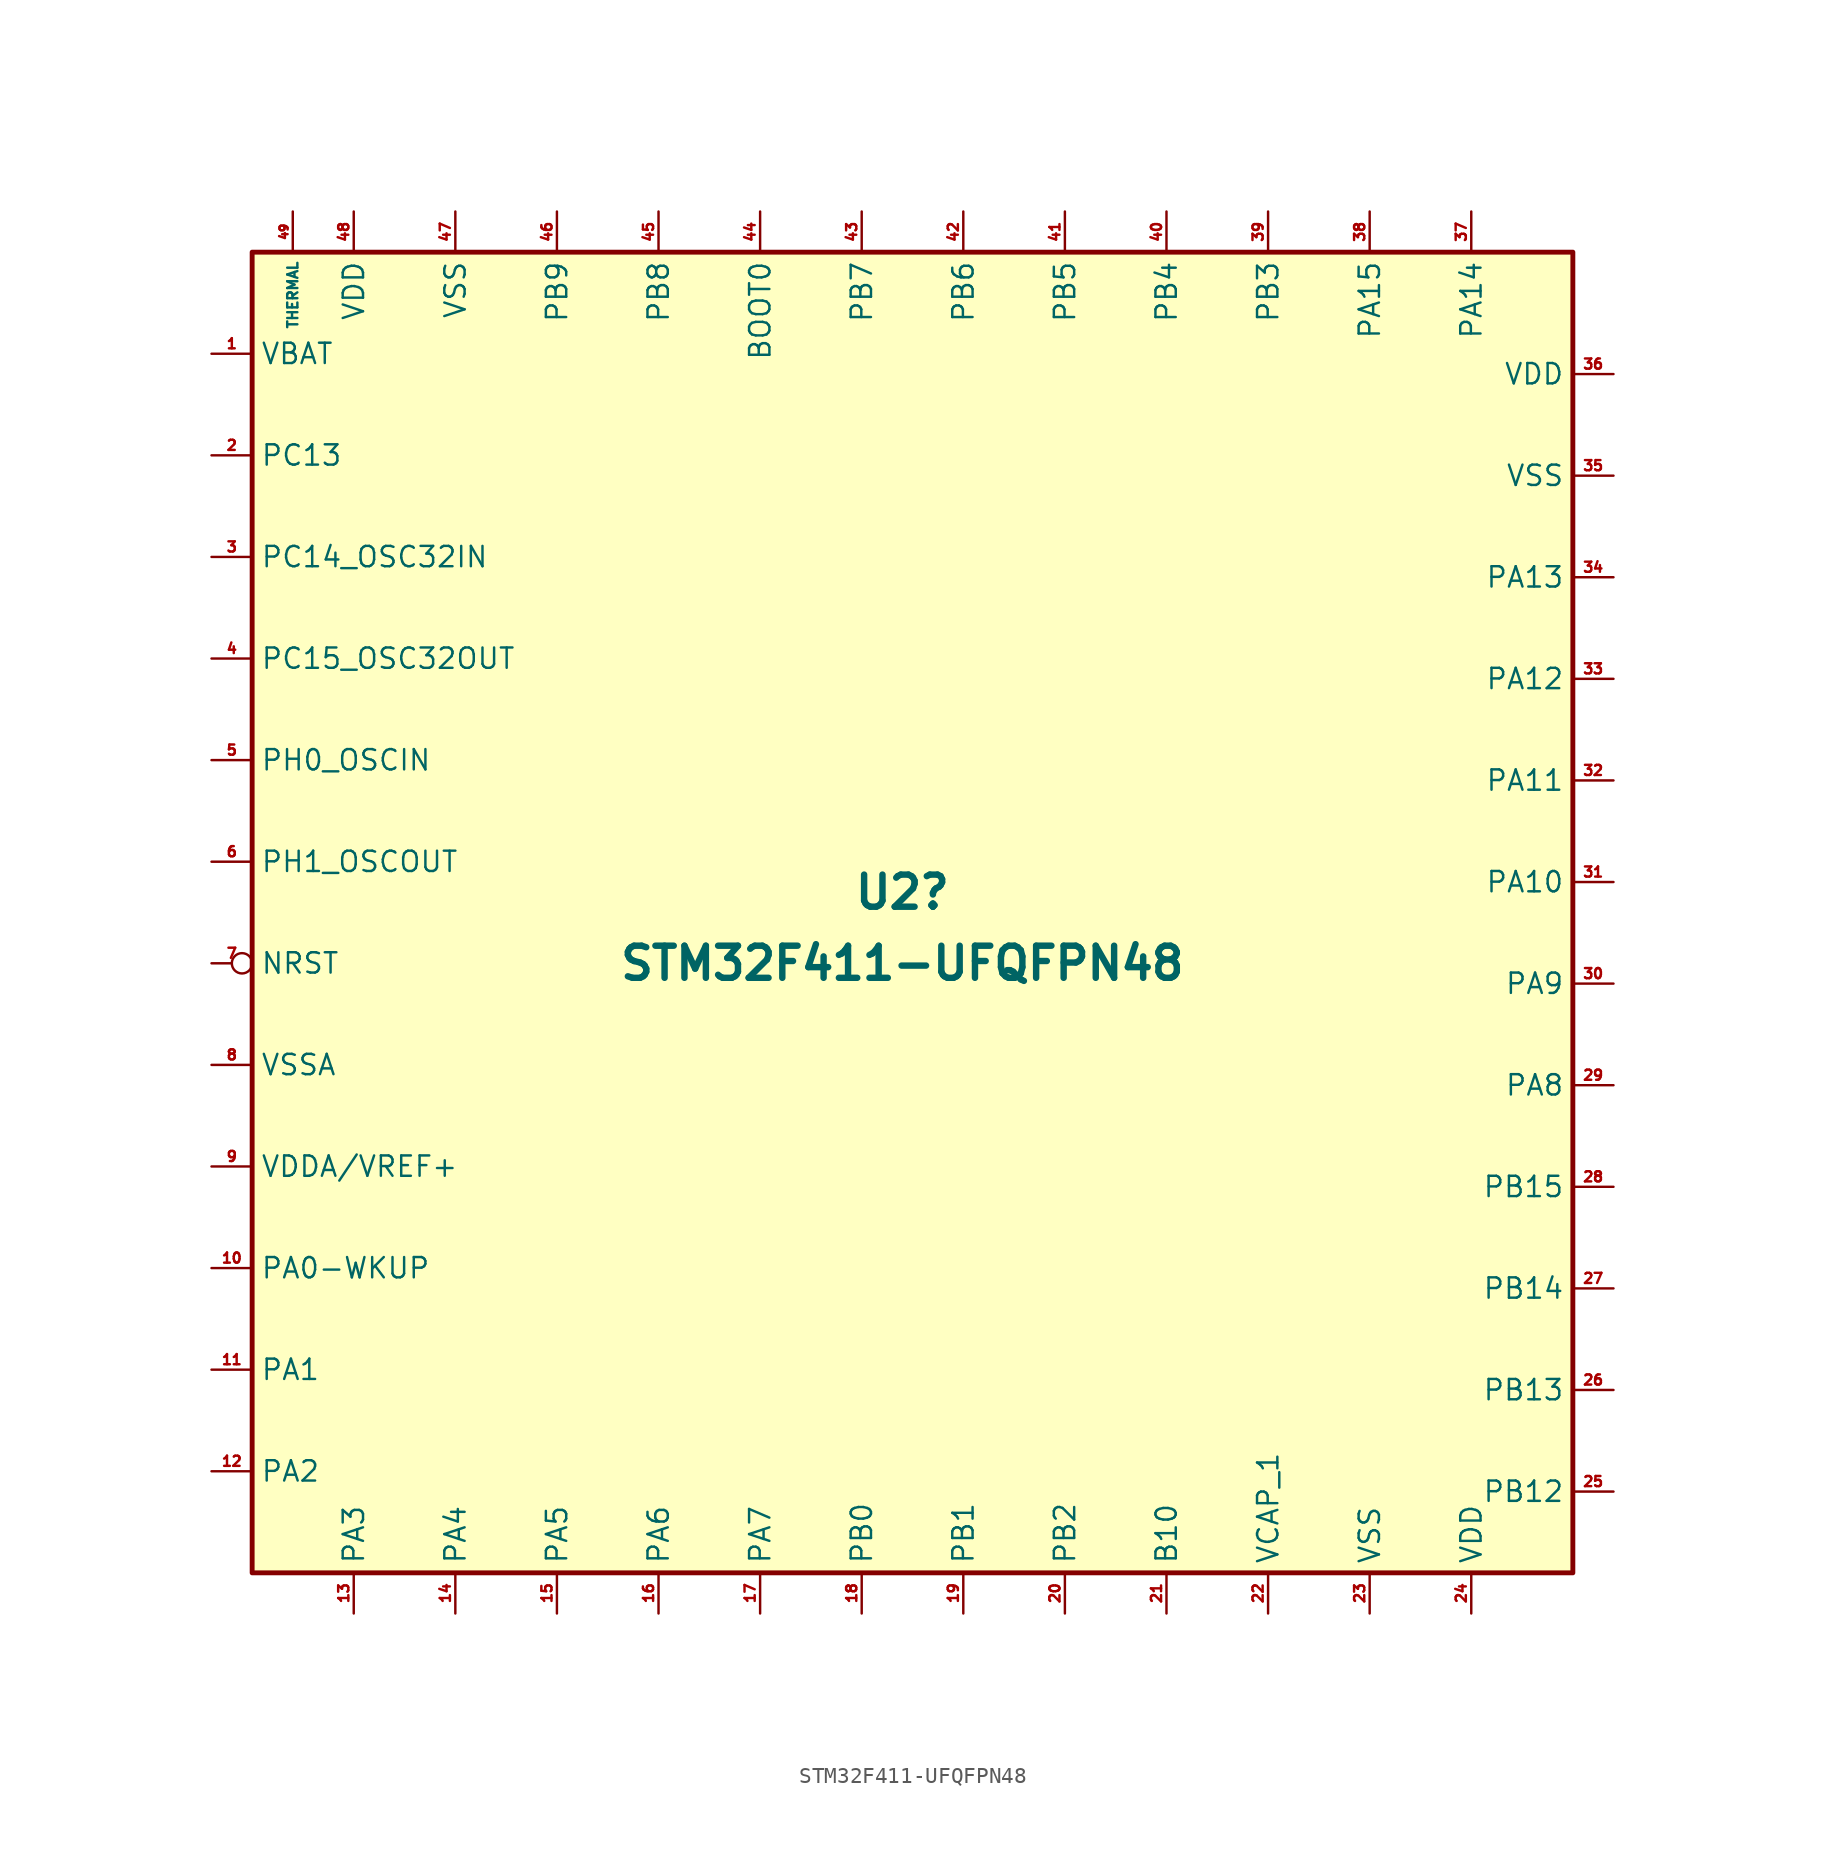
<source format=kicad_sym>
(kicad_symbol_lib
  (version 20211014)
  (generator kicad_symbol_editor)
  (symbol "STM32F411-UFQFPN48"
    (property "Reference" "U2"
      (at 0 1.905 0)
      (effects (font (size 2.007 2.007) bold)))
    (property "Value" "STM32F411-UFQFPN48"
      (at 0 -2.54 0)
      (effects (font (size 2.007 2.007) bold)))
    (symbol "STM32F411-UFQFPN48_0_1"
      (rectangle (start 41.91 41.91) (end -40.64 -40.64) (stroke (width 0.305) (type default) (color 0 0 0 0)) (fill (type background))))
    (symbol "STM32F411-UFQFPN48_1_1"
      (pin power_in line (at -43.18 35.56 0) (length 2.54) (name "VBAT" (effects (font (size 1.27 1.27)))) (number "1" (effects (font (size 0.635 0.635)))))
      (pin bidirectional line (at -43.18 -21.59 0) (length 2.54) (name "PA0-WKUP" (effects (font (size 1.27 1.27)))) (number "10" (effects (font (size 0.635 0.635)))) (alternate "PA0/EVENTOUT" output line) (alternate "PA0/TIM2_CH1" output line) (alternate "PA0/TIM2_ET" output line) (alternate "PA0/TIM5_CH1" output line) (alternate "PA0/USART2_CTS" output line))
      (pin bidirectional line (at -43.18 -27.94 0) (length 2.54) (name "PA1" (effects (font (size 1.27 1.27)))) (number "11" (effects (font (size 0.635 0.635)))) (alternate "PA0/ADC1_1" output line) (alternate "PA0/EVENTOUT" output line) (alternate "PA0/I2S4_SD" output line) (alternate "PA0/SPI4_MOSI" output line) (alternate "PA0/TIM2_CH2" output line) (alternate "PA0/TIM5_CH2" output line) (alternate "PA0/USART2_RTS" output line))
      (pin bidirectional line (at -43.18 -34.29 0) (length 2.54) (name "PA2" (effects (font (size 1.27 1.27)))) (number "12" (effects (font (size 0.635 0.635)))) (alternate "PA2/ADC1_2" output line) (alternate "PA2/EVENTOUT" output line) (alternate "PA2/I2S2_CKIN" input line) (alternate "PA2/TIM2_CH3" output line) (alternate "PA2/TIM5_CH3" output line) (alternate "PA2/TIM9_CH1" output line) (alternate "PA2/USART2_TX" output line))
      (pin bidirectional line (at -34.29 -43.18 90) (length 2.54) (name "PA3" (effects (font (size 1.27 1.27)))) (number "13" (effects (font (size 0.635 0.635)))) (alternate "PA3/ADC1_3" bidirectional line) (alternate "PA3/EVENTOUT" output line) (alternate "PA3/I2S2_MCK" output line) (alternate "PA3/TIM2_CH4" output line) (alternate "PA3/TIM5_CH4" output line) (alternate "PA3/TIM9_CH2" output line) (alternate "PA3/USART2_RX" input line))
      (pin bidirectional line (at -27.94 -43.18 90) (length 2.54) (name "PA4" (effects (font (size 1.27 1.27)))) (number "14" (effects (font (size 0.635 0.635)))) (alternate "PA4/ADC1_4" bidirectional line) (alternate "PA4/EVENTOUT" output line) (alternate "PA4/I2S2_MCK" bidirectional line) (alternate "PA4/TIM2_CH4" bidirectional line) (alternate "PA4/TIM5_CH4" bidirectional line) (alternate "PA4/TIM9_CH2" bidirectional line) (alternate "PA4/USART2_RX" input line))
      (pin bidirectional line (at -21.59 -43.18 90) (length 2.54) (name "PA5" (effects (font (size 1.27 1.27)))) (number "15" (effects (font (size 0.635 0.635)))) (alternate "PA5/ADC1_5" bidirectional line) (alternate "PA5/EVENTOUT" output line) (alternate "PA5/I2S1_WS" bidirectional line) (alternate "PA5/I2S3_WS" bidirectional line) (alternate "PA5/SPI1_NSS" bidirectional line) (alternate "PA5/SPI3_NSS" bidirectional line) (alternate "PA5/USART2_CK" bidirectional line))
      (pin bidirectional line (at -15.24 -43.18 90) (length 2.54) (name "PA6" (effects (font (size 1.27 1.27)))) (number "16" (effects (font (size 0.635 0.635)))) (alternate "PA6/ADC1_6" bidirectional line) (alternate "PA6/EVENTOUT" output line) (alternate "PA6/I2S2_MKC" bidirectional line) (alternate "PA6/SDIO_CMD" bidirectional line) (alternate "PA6/SPI1_MISO" bidirectional line) (alternate "PA6/TIM1_BKIN" input line) (alternate "PA6/TIM3_CH1" bidirectional line))
      (pin bidirectional line (at -8.89 -43.18 90) (length 2.54) (name "PA7" (effects (font (size 1.27 1.27)))) (number "17" (effects (font (size 0.635 0.635)))) (alternate "PA7/ADC1_7" bidirectional line) (alternate "PA7/EVENTOUT" output line) (alternate "PA7/I2S1_SD" bidirectional line) (alternate "PA7/SPI1_MOSI" bidirectional line) (alternate "PA7/TIM1_CH1N" bidirectional line) (alternate "PA7/TIM3_CH2" bidirectional line))
      (pin bidirectional line (at -2.54 -43.18 90) (length 2.54) (name "PB0" (effects (font (size 1.27 1.27)))) (number "18" (effects (font (size 0.635 0.635)))) (alternate "PB0/ADC1_8" bidirectional line) (alternate "PB0/EVENTOUT" output line) (alternate "PB0/I2S5_CK" bidirectional line) (alternate "PB0/SPI5_SCK" bidirectional line) (alternate "PB0/TIM1_CH2N" bidirectional line) (alternate "PB0/TIM3_CH3" bidirectional line))
      (pin bidirectional line (at 3.81 -43.18 90) (length 2.54) (name "PB1" (effects (font (size 1.27 1.27)))) (number "19" (effects (font (size 0.635 0.635)))) (alternate "PB1/ADC1_9" bidirectional line) (alternate "PB1/EVENTOUT" output line) (alternate "PB1/I2S5_WS" bidirectional line) (alternate "PB1/SPI5_NSS" bidirectional line) (alternate "PB1/TIM1_CH3N" bidirectional line) (alternate "PB1/TIM3_CH4" bidirectional line))
      (pin bidirectional line (at -43.18 29.21 0) (length 2.54) (name "PC13" (effects (font (size 1.27 1.27)))) (number "2" (effects (font (size 0.635 0.635)))) (alternate "PC13/ANTI_TAMP" bidirectional line) (alternate "PC13/RTC_AMP1" bidirectional line) (alternate "PC13/RTC_OUT" output line) (alternate "PC13/RTC_TS" bidirectional line))
      (pin bidirectional line (at 10.16 -43.18 90) (length 2.54) (name "PB2" (effects (font (size 1.27 1.27)))) (number "20" (effects (font (size 0.635 0.635)))) (alternate "PB2/BOOT1" input line) (alternate "PB2/EVENTOUT" bidirectional line))
      (pin bidirectional line (at 16.51 -43.18 90) (length 2.54) (name "B10" (effects (font (size 1.27 1.27)))) (number "21" (effects (font (size 0.635 0.635)))) (alternate "PB10/EVENTOUT" output line) (alternate "PB10/I2C2_SCL" bidirectional line) (alternate "PB10/I2S2_CK" bidirectional line) (alternate "PB10/I2S3_MCK" bidirectional line) (alternate "PB10/SDIO_D7" bidirectional line) (alternate "PB10/SPI2_SCK" bidirectional line) (alternate "PB10/TIM2_CH3" bidirectional line))
      (pin output line (at 22.86 -43.18 90) (length 2.54) (name "VCAP_1" (effects (font (size 1.27 1.27)))) (number "22" (effects (font (size 0.635 0.635)))))
      (pin power_out line (at 29.21 -43.18 90) (length 2.54) (name "VSS" (effects (font (size 1.27 1.27)))) (number "23" (effects (font (size 0.635 0.635)))))
      (pin power_in line (at 35.56 -43.18 90) (length 2.54) (name "VDD" (effects (font (size 1.27 1.27)))) (number "24" (effects (font (size 0.635 0.635)))))
      (pin bidirectional line (at 44.45 -35.56 180) (length 2.54) (name "PB12" (effects (font (size 1.27 1.27)))) (number "25" (effects (font (size 0.635 0.635)))) (alternate "PB12/EVENTOUT" output line) (alternate "PB12/I2C2_SMBA" bidirectional line) (alternate "PB12/I2S2_WS" bidirectional line) (alternate "PB12/I2S3_CK" bidirectional line) (alternate "PB12/I2S4_WS" bidirectional line) (alternate "PB12/SPI2_NSS" bidirectional line) (alternate "PB12/SPI3_SCK" bidirectional line) (alternate "PB12/SPI4_NSS" bidirectional line) (alternate "PB12/TIM1_BKIN" bidirectional line))
      (pin bidirectional line (at 44.45 -29.21 180) (length 2.54) (name "PB13" (effects (font (size 1.27 1.27)))) (number "26" (effects (font (size 0.635 0.635)))) (alternate "PB13/EVENTOUT" output line) (alternate "PB13/I2S2_CK" bidirectional line) (alternate "PB13/I2S4_CK" bidirectional line) (alternate "PB13/SPI2_SCK" bidirectional line) (alternate "PB13/SPI4_NSS" bidirectional line) (alternate "PB13/TIM1_CH1N" bidirectional line))
      (pin bidirectional line (at 44.45 -22.86 180) (length 2.54) (name "PB14" (effects (font (size 1.27 1.27)))) (number "27" (effects (font (size 0.635 0.635)))) (alternate "PB14/EVENTOUT" output line) (alternate "PB14/I2S2ext_DF" bidirectional line) (alternate "PB14/SDIO_D6" bidirectional line) (alternate "PB14/SPI2_MISO" bidirectional line) (alternate "PB14/TIM1_CH2N" bidirectional line))
      (pin bidirectional line (at 44.45 -16.51 180) (length 2.54) (name "PB15" (effects (font (size 1.27 1.27)))) (number "28" (effects (font (size 0.635 0.635)))) (alternate "PB15/EVENTOUT" output line) (alternate "PB15/I2S2_SD" bidirectional line) (alternate "PB15/RTC_50Hz" bidirectional line) (alternate "PB15/RTC_REFIN" bidirectional line) (alternate "PB15/SDIO_CK" bidirectional line) (alternate "PB15/SPI2_MOSI" bidirectional line) (alternate "PB15/TIM1_CH3N" bidirectional line))
      (pin bidirectional line (at 44.45 -10.16 180) (length 2.54) (name "PA8" (effects (font (size 1.27 1.27)))) (number "29" (effects (font (size 0.635 0.635)))) (alternate "PA8/EVENTOUT" output line) (alternate "PA8/I2C3_SCL" bidirectional line) (alternate "PA8/MCO_1" bidirectional line) (alternate "PA8/SDIO_D1" bidirectional line) (alternate "PA8/TIM1_CH1" bidirectional line) (alternate "PA8/USART1_CK" bidirectional line) (alternate "PA8/USB_FS_SOF" bidirectional line))
      (pin bidirectional line (at -43.18 22.86 0) (length 2.54) (name "PC14_OSC32IN" (effects (font (size 1.27 1.27)))) (number "3" (effects (font (size 0.635 0.635)))))
      (pin bidirectional line (at 44.45 -3.81 180) (length 2.54) (name "PA9" (effects (font (size 1.27 1.27)))) (number "30" (effects (font (size 0.635 0.635)))) (alternate "PA9/EVENTOUT" output line) (alternate "PA9/I2C3_SMBA" bidirectional line) (alternate "PA9/OTG_FS_VBUS" bidirectional line) (alternate "PA9/SDIO_D2" bidirectional line) (alternate "PA9/TIM1_CH2" bidirectional line) (alternate "PA9/USART1_TX" input line) (alternate "PA9/USB_FS_VBUS" bidirectional line))
      (pin bidirectional line (at 44.45 2.54 180) (length 2.54) (name "PA10" (effects (font (size 1.27 1.27)))) (number "31" (effects (font (size 0.635 0.635)))) (alternate "PA10/EVENTOUT" output line) (alternate "PA10/I2S5_SD" bidirectional line) (alternate "PA10/SPI5_MOSI" bidirectional line) (alternate "PA10/TIM1_CH3" bidirectional line) (alternate "PA10/USART1_RX" input line) (alternate "PA10/USB_FS_ID" bidirectional line))
      (pin bidirectional line (at 44.45 8.89 180) (length 2.54) (name "PA11" (effects (font (size 1.27 1.27)))) (number "32" (effects (font (size 0.635 0.635)))) (alternate "PA11/EVENTOUT" output line) (alternate "PA11/SPI4_MISO" bidirectional line) (alternate "PA11/TIM1_CH4" bidirectional line) (alternate "PA11/USART1_CTS" bidirectional line) (alternate "PA11/USART6_TX" output line) (alternate "PA11/USB_FS_DM" bidirectional line))
      (pin bidirectional line (at 44.45 15.24 180) (length 2.54) (name "PA12" (effects (font (size 1.27 1.27)))) (number "33" (effects (font (size 0.635 0.635)))) (alternate "PA12/EVENTOUT" output line) (alternate "PA12/SPI5_MISO" bidirectional line) (alternate "PA12/TIM1_ETR" bidirectional line) (alternate "PA12/USART1_RTS" bidirectional line) (alternate "PA12/USART6_RX" input line) (alternate "PA12/USB_FS_DP" bidirectional line))
      (pin bidirectional line (at 44.45 21.59 180) (length 2.54) (name "PA13" (effects (font (size 1.27 1.27)))) (number "34" (effects (font (size 0.635 0.635)))) (alternate "EVENTOUT" output line) (alternate "PA12/SWDIO" bidirectional line))
      (pin power_in line (at 44.45 27.94 180) (length 2.54) (name "VSS" (effects (font (size 1.27 1.27)))) (number "35" (effects (font (size 0.635 0.635)))))
      (pin power_out line (at 44.45 34.29 180) (length 2.54) (name "VDD" (effects (font (size 1.27 1.27)))) (number "36" (effects (font (size 0.635 0.635)))))
      (pin bidirectional line (at 35.56 44.45 270) (length 2.54) (name "PA14" (effects (font (size 1.27 1.27)))) (number "37" (effects (font (size 0.635 0.635)))) (alternate "PA14/EVENTOUT" bidirectional line) (alternate "PA14/SWCLK" output line))
      (pin bidirectional line (at 29.21 44.45 270) (length 2.54) (name "PA15" (effects (font (size 1.27 1.27)))) (number "38" (effects (font (size 0.635 0.635)))) (alternate "PA15/EVENTOUT" output line) (alternate "PA15/I2S1_WS" bidirectional line) (alternate "PA15/I2S3_WS" bidirectional line) (alternate "PA15/JTDI" bidirectional line) (alternate "PA15/SPI1_NSS" bidirectional line) (alternate "PA15/SPI3_NSS" bidirectional line) (alternate "PA15/TIM2_CH1" bidirectional line) (alternate "PA15/TIM2_ETR" bidirectional line) (alternate "PA15/USART1_TX" output line))
      (pin bidirectional line (at 22.86 44.45 270) (length 2.54) (name "PB3" (effects (font (size 1.27 1.27)))) (number "39" (effects (font (size 0.635 0.635)))) (alternate "PB3/EVENTOUT" output line) (alternate "PB3/I2C2_SDA" bidirectional line) (alternate "PB3/I2S1_CK" bidirectional line) (alternate "PB3/I2S3_CK" bidirectional line) (alternate "PB3/JTDO-SWO" bidirectional line) (alternate "PB3/SPI1_SCK" bidirectional line) (alternate "PB3/SPI3_SCK" bidirectional line) (alternate "PB3/TIM2_CH2" bidirectional line) (alternate "PB3/USART1_RX" input line))
      (pin bidirectional line (at -43.18 16.51 0) (length 2.54) (name "PC15_OSC32OUT" (effects (font (size 1.27 1.27)))) (number "4" (effects (font (size 0.635 0.635)))))
      (pin bidirectional line (at 16.51 44.45 270) (length 2.54) (name "PB4" (effects (font (size 1.27 1.27)))) (number "40" (effects (font (size 0.635 0.635)))) (alternate "PB4/EVENTOUT" output line) (alternate "PB4/I2C3_SDA" bidirectional line) (alternate "PB4/I2S3ext_SD" bidirectional line) (alternate "PB4/JTRST" bidirectional line) (alternate "PB4/SDIO_D0" bidirectional line) (alternate "PB4/SPI1_MISO" bidirectional line) (alternate "PB4/SPI3_MISO" bidirectional line) (alternate "PB4/TIM3_CH1" bidirectional line))
      (pin bidirectional line (at 10.16 44.45 270) (length 2.54) (name "PB5" (effects (font (size 1.27 1.27)))) (number "41" (effects (font (size 0.635 0.635)))) (alternate "PB5/EVENTOUT" output line) (alternate "PB5/I2C1_SMBA" bidirectional line) (alternate "PB5/I2S1_SD" bidirectional line) (alternate "PB5/I2S3_SD" bidirectional line) (alternate "PB5/SDIO_D3" bidirectional line) (alternate "PB5/SPI1_MOSI" bidirectional line) (alternate "PB5/SPI3_MOSI" bidirectional line) (alternate "PB5/TIM3_CH2" bidirectional line))
      (pin bidirectional line (at 3.81 44.45 270) (length 2.54) (name "PB6" (effects (font (size 1.27 1.27)))) (number "42" (effects (font (size 0.635 0.635)))) (alternate "PB6/EVENTOUT" bidirectional line) (alternate "PB6/I2C1_SCL" bidirectional line) (alternate "PB6/TIM4_CH1" bidirectional line) (alternate "PB6/USART1_TX" output line))
      (pin bidirectional line (at -2.54 44.45 270) (length 2.54) (name "PB7" (effects (font (size 1.27 1.27)))) (number "43" (effects (font (size 0.635 0.635)))) (alternate "PB7/EVENTOUT" output line) (alternate "PB7/I2C1_SDA" bidirectional line) (alternate "PB7/SDIO_D0" bidirectional line) (alternate "PB7/TIM4_CH2" bidirectional line) (alternate "PB7/USART1_RX" output line))
      (pin input line (at -8.89 44.45 270) (length 2.54) (name "BOOT0" (effects (font (size 1.27 1.27)))) (number "44" (effects (font (size 0.635 0.635)))))
      (pin bidirectional line (at -15.24 44.45 270) (length 2.54) (name "PB8" (effects (font (size 1.27 1.27)))) (number "45" (effects (font (size 0.635 0.635)))) (alternate "PB8/EVENTOUT" output line) (alternate "PB8/I2C1_SCL" bidirectional line) (alternate "PB8/I2C3_SDA" bidirectional line) (alternate "PB8/I2S5_SD" bidirectional line) (alternate "PB8/SDIO_D4" bidirectional line) (alternate "PB8/SPI5_MOSI" bidirectional line) (alternate "PB8/TIM10_CH1" bidirectional line) (alternate "PB8/TIM4_CH3" bidirectional line))
      (pin input line (at -21.59 44.45 270) (length 2.54) (name "PB9" (effects (font (size 1.27 1.27)))) (number "46" (effects (font (size 0.635 0.635)))) (alternate "PB9/EVENTOUT" output line) (alternate "PB9/I2C1_SDA" input line) (alternate "PB9/I2C2_SDA" input line) (alternate "PB9/I2S2_WS" input line) (alternate "PB9/SDIO_D5" input line) (alternate "PB9/SPI2_NSS" input line) (alternate "PB9/TIM11_CH1" input line) (alternate "PB9/TIM4_CH4" input line))
      (pin power_in line (at -27.94 44.45 270) (length 2.54) (name "VSS" (effects (font (size 1.27 1.27)))) (number "47" (effects (font (size 0.635 0.635)))))
      (pin power_out line (at -34.29 44.45 270) (length 2.54) (name "VDD" (effects (font (size 1.27 1.27)))) (number "48" (effects (font (size 0.635 0.635)))))
      (pin power_out line (at -38.1 44.45 270) (length 2.54) (name "THERMAL" (effects (font (size 0.635 0.635)))) (number "49" (effects (font (size 0.508 0.508)))))
      (pin input line (at -43.18 10.16 0) (length 2.54) (name "PH0_OSCIN" (effects (font (size 1.27 1.27)))) (number "5" (effects (font (size 0.635 0.635)))))
      (pin output line (at -43.18 3.81 0) (length 2.54) (name "PH1_OSCOUT" (effects (font (size 1.27 1.27)))) (number "6" (effects (font (size 0.635 0.635)))))
      (pin input inverted (at -43.18 -2.54 0) (length 2.54) (name "NRST" (effects (font (size 1.27 1.27)))) (number "7" (effects (font (size 0.635 0.635)))))
      (pin power_in line (at -43.18 -8.89 0) (length 2.54) (name "VSSA" (effects (font (size 1.27 1.27)))) (number "8" (effects (font (size 0.635 0.635)))))
      (pin power_in line (at -43.18 -15.24 0) (length 2.54) (name "VDDA/VREF+" (effects (font (size 1.27 1.27)))) (number "9" (effects (font (size 0.635 0.635))))))))
</source>
